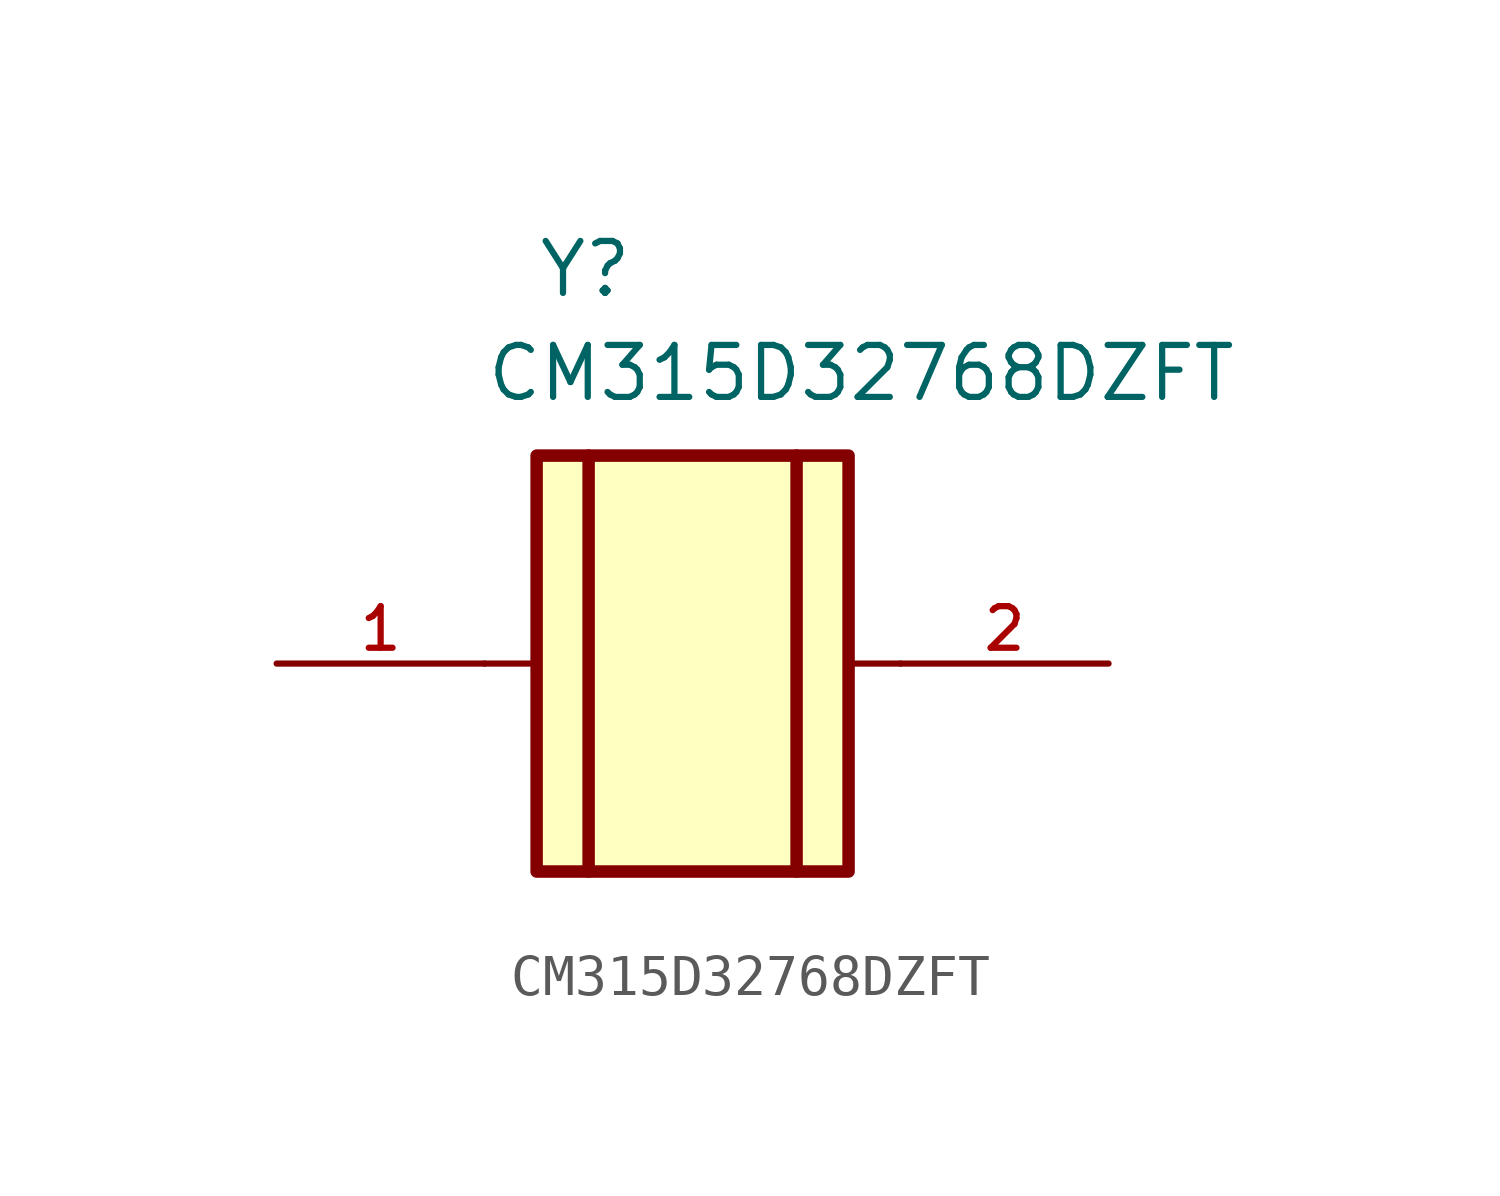
<source format=kicad_sym>
(kicad_symbol_lib
  (version 20220914)
  (generator kicad_symbol_editor)
  (symbol "CM315D32768DZFT"
    (pin_names
      (offset 1.016))
    (property "Reference" "Y"
      (at -3.81 8.89 0)
      (effects (font (size 1.27 1.27)) (justify left bottom)))
    (property "Value" "CM315D32768DZFT"
      (at -5.08 6.35 0)
      (effects (font (size 1.27 1.27)) (justify left bottom)))
    (symbol "CM315D32768DZFT_0_0"
      (rectangle (start -3.81 -5.08) (end 3.81 5.08) (stroke (width 0.305) (type default)) (fill (type background)))
      (polyline (pts (xy -3.81 0) (xy -5.08 0)) (stroke (width 0.152) (type default)) (fill (type none)))
      (polyline (pts (xy -2.54 -5.08) (xy -2.54 5.08)) (stroke (width 0.305) (type default)) (fill (type none)))
      (polyline (pts (xy 2.54 5.08) (xy 2.54 -5.08)) (stroke (width 0.305) (type default)) (fill (type none)))
      (polyline (pts (xy 3.81 0) (xy 5.08 0)) (stroke (width 0.152) (type default)) (fill (type none)))
      (pin passive line (at -10.16 0 0) (length 5.08) (name "~" (effects (font (size 1.016 1.016)))) (number "1" (effects (font (size 1.016 1.016)))))
      (pin passive line (at 10.16 0 180) (length 5.08) (name "~" (effects (font (size 1.016 1.016)))) (number "2" (effects (font (size 1.016 1.016))))))))
</source>
